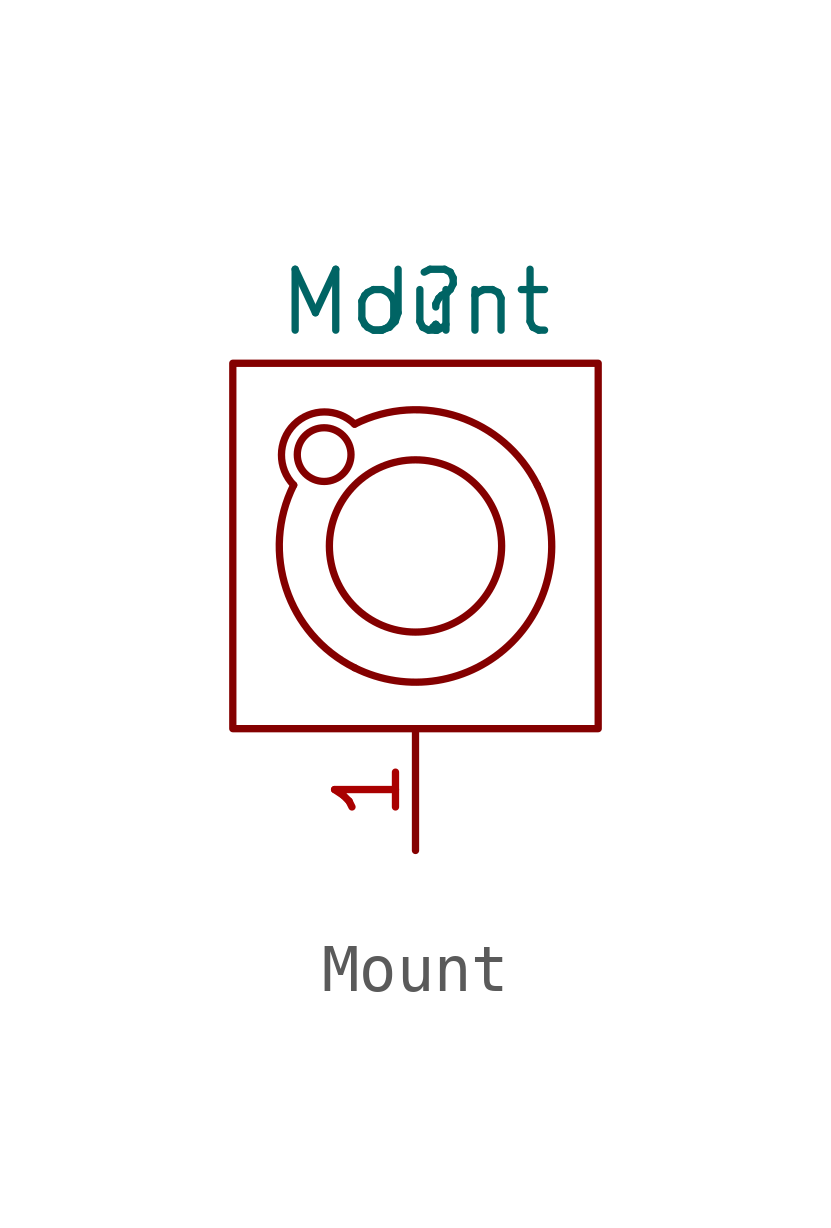
<source format=kicad_sym>
(kicad_symbol_lib
  (version 20220914)
  (generator kicad_symbol_editor)
  (symbol "Mount"
    (property "Reference" "J"
      (at 0 0 0)
      (effects (font (size 1.27 1.27))))
    (property "Value" "Mount"
      (at 0 0 0)
      (effects (font (size 1.27 1.27))))
    (symbol "Mount_0_1"
      (rectangle (start -3.81 -1.27) (end 3.81 -8.89) (stroke (width 0.152) (type default)) (fill (type none)))
      (arc (start -2.54 -3.81) (mid -2.6941 -5.978) (end -1.27 -7.62) (stroke (width 0.1524) (type default)) (fill (type none)))
      (circle (center -1.905 -3.175) (radius 0.56) (stroke (width 0.152) (type default)) (fill (type none)))
      (arc (start -1.27 -7.62) (mid 2.0096 -7.0896) (end 2.54 -3.81) (stroke (width 0.1524) (type default)) (fill (type none)))
      (arc (start -1.27 -2.54) (mid -2.5319 -2.5481) (end -2.54 -3.81) (stroke (width 0.1524) (type default)) (fill (type none)))
      (circle (center 0 -5.08) (radius 1.796) (stroke (width 0.152) (type default)) (fill (type none)))
      (arc (start 2.54 -3.81) (mid 0.898 -2.3859) (end -1.27 -2.54) (stroke (width 0.1524) (type default)) (fill (type none))))
    (symbol "Mount_1_1"
      (pin power_in line (at 0 -11.43 90) (length 2.54) (name "" (effects (font (size 1.27 1.27)))) (number "1" (effects (font (size 1.27 1.27))))))))
</source>
